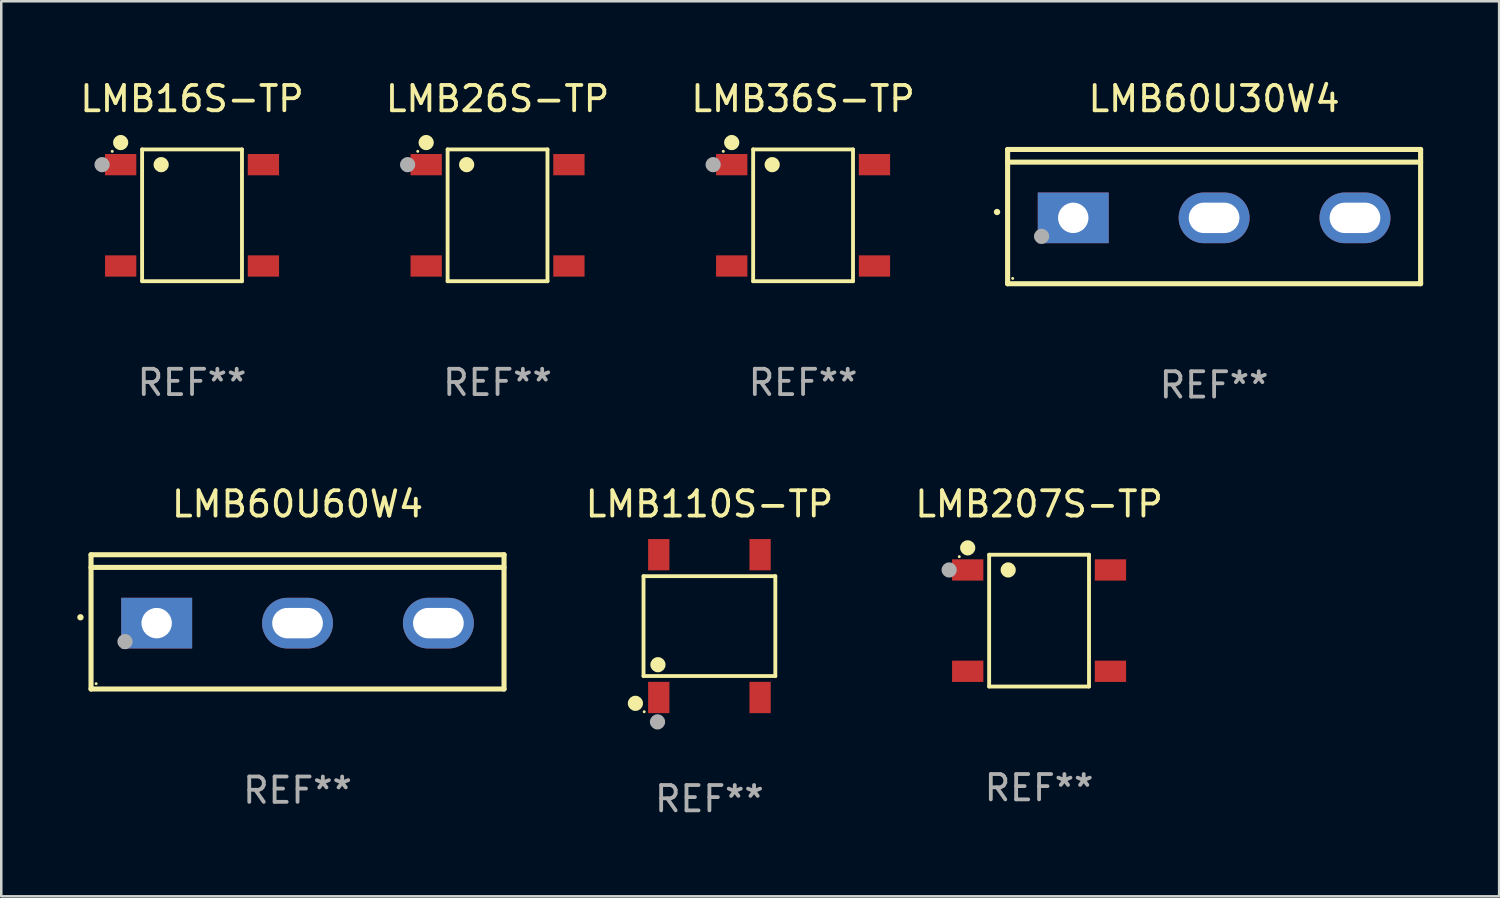
<source format=kicad_pcb>
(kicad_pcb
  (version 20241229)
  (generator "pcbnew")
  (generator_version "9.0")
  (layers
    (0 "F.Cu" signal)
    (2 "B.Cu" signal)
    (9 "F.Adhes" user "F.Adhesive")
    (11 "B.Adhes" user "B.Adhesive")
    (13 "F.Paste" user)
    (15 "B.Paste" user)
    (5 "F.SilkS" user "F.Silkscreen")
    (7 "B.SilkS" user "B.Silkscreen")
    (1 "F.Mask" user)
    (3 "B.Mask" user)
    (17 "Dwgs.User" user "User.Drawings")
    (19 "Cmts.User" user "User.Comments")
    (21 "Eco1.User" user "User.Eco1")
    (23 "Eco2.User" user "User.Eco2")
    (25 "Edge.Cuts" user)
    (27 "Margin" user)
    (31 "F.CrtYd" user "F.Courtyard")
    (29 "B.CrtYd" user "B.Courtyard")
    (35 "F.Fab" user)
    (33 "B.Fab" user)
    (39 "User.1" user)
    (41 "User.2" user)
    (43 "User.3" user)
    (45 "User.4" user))
  (footprint "LMB207S-TP"
    (layer "F.Cu")
    (at 37.964 21.447)
    (property "Reference" "LMB207S-TP" (at 0 -4.601 0) (layer "F.SilkS") (effects (font (size 1 1) (thickness 0.15))))
    (attr through_hole)
    (fp_line (start -1.971 -2.601) (end 1.971 -2.601) (stroke (width 0.152) (type solid)) (layer "F.SilkS"))
    (fp_line (start -1.971 2.601) (end -1.971 -2.601) (stroke (width 0.152) (type solid)) (layer "F.SilkS"))
    (fp_line (start 1.971 -2.601) (end 1.971 2.601) (stroke (width 0.152) (type solid)) (layer "F.SilkS"))
    (fp_line (start 1.971 2.601) (end -1.971 2.601) (stroke (width 0.152) (type solid)) (layer "F.SilkS"))
    (fp_circle (center -3.15 -2.525) (end -3.12 -2.525) (stroke (width 0.06) (type solid)) (fill no) (layer "F.SilkS"))
    (fp_circle (center -2.817 -2.872) (end -2.667 -2.872) (stroke (width 0.3) (type solid)) (fill no) (layer "F.SilkS"))
    (fp_circle (center -1.219 -2) (end -1.069 -2) (stroke (width 0.3) (type solid)) (fill no) (layer "F.SilkS"))
    (fp_circle (center -3.55 -2) (end -3.4 -2) (stroke (width 0.3) (type solid)) (fill no) (layer "F.Fab"))
    (fp_text user "REF**" (at 0 6.601 0) (layer "F.Fab") (effects (font (size 1 1) (thickness 0.15))))
    (pad "1" smd rect (at -2.817 -2) (size 1.235 0.84) (layers "F.Cu" "F.Mask" "F.Paste"))
    (pad "2" smd rect (at 2.817 -2) (size 1.235 0.84) (layers "F.Cu" "F.Mask" "F.Paste"))
    (pad "3" smd rect (at 2.817 2) (size 1.235 0.84) (layers "F.Cu" "F.Mask" "F.Paste"))
    (pad "4" smd rect (at -2.817 2) (size 1.235 0.84) (layers "F.Cu" "F.Mask" "F.Paste")))
  (footprint "LMB60U30W4"
    (layer "F.Cu")
    (at 44.873 5.499)
    (property "Reference" "LMB60U30W4" (at 0 -4.65 0) (layer "F.SilkS") (effects (font (size 1 1) (thickness 0.15))))
    (attr through_hole)
    (fp_line (start -8.151 -2.65) (end -8.151 2.65) (stroke (width 0.201) (type solid)) (layer "F.SilkS"))
    (fp_line (start 8.151 -2.65) (end -8.151 -2.65) (stroke (width 0.201) (type solid)) (layer "F.SilkS"))
    (fp_line (start 8.151 -2.15) (end -8.151 -2.15) (stroke (width 0.201) (type solid)) (layer "F.SilkS"))
    (fp_line (start 8.151 2.65) (end -8.151 2.65) (stroke (width 0.201) (type solid)) (layer "F.SilkS"))
    (fp_line (start 8.151 2.65) (end 8.151 -2.65) (stroke (width 0.201) (type solid)) (layer "F.SilkS"))
    (fp_arc (start -8.570003 -0.18048) (mid -8.568733 -0.180486) (end -8.567463 -0.18048) (stroke (width 0.24892) (type solid)) (layer "F.SilkS"))
    (fp_circle (center -7.95 2.44) (end -7.92 2.44) (stroke (width 0.06) (type solid)) (fill no) (layer "F.SilkS"))
    (fp_circle (center -6.81 0.78) (end -6.66 0.78) (stroke (width 0.3) (type solid)) (fill no) (layer "F.Fab"))
    (fp_text user "REF**" (at 0 6.65 0) (layer "F.Fab") (effects (font (size 1 1) (thickness 0.15))))
    (pad "1" thru_hole rect (at -5.56 0.05 90) (size 2 2.8) (drill 1.2) (layers "*.Cu" "*.Mask"))
    (pad "2" thru_hole oval (at 0 0.05 90) (size 2 2.8) (drill oval 1.2 2) (layers "*.Cu" "*.Mask"))
    (pad "3" thru_hole oval (at 5.56 0.05 90) (size 2 2.8) (drill oval 1.2 2) (layers "*.Cu" "*.Mask")))
  (footprint "LMB36S-TP"
    (layer "F.Cu")
    (at 28.649 5.449)
    (property "Reference" "LMB36S-TP" (at 0 -4.601 0) (layer "F.SilkS") (effects (font (size 1 1) (thickness 0.15))))
    (attr through_hole)
    (fp_line (start -1.971 -2.601) (end 1.971 -2.601) (stroke (width 0.152) (type solid)) (layer "F.SilkS"))
    (fp_line (start -1.971 2.601) (end -1.971 -2.601) (stroke (width 0.152) (type solid)) (layer "F.SilkS"))
    (fp_line (start 1.971 -2.601) (end 1.971 2.601) (stroke (width 0.152) (type solid)) (layer "F.SilkS"))
    (fp_line (start 1.971 2.601) (end -1.971 2.601) (stroke (width 0.152) (type solid)) (layer "F.SilkS"))
    (fp_circle (center -3.15 -2.525) (end -3.12 -2.525) (stroke (width 0.06) (type solid)) (fill no) (layer "F.SilkS"))
    (fp_circle (center -2.817 -2.872) (end -2.667 -2.872) (stroke (width 0.3) (type solid)) (fill no) (layer "F.SilkS"))
    (fp_circle (center -1.219 -2) (end -1.069 -2) (stroke (width 0.3) (type solid)) (fill no) (layer "F.SilkS"))
    (fp_circle (center -3.55 -2) (end -3.4 -2) (stroke (width 0.3) (type solid)) (fill no) (layer "F.Fab"))
    (fp_text user "REF**" (at 0 6.601 0) (layer "F.Fab") (effects (font (size 1 1) (thickness 0.15))))
    (pad "1" smd rect (at -2.817 -2) (size 1.235 0.84) (layers "F.Cu" "F.Mask" "F.Paste"))
    (pad "2" smd rect (at 2.817 -2) (size 1.235 0.84) (layers "F.Cu" "F.Mask" "F.Paste"))
    (pad "3" smd rect (at 2.817 2) (size 1.235 0.84) (layers "F.Cu" "F.Mask" "F.Paste"))
    (pad "4" smd rect (at -2.817 2) (size 1.235 0.84) (layers "F.Cu" "F.Mask" "F.Paste")))
  (footprint "LMB26S-TP"
    (layer "F.Cu")
    (at 16.589 5.449)
    (property "Reference" "LMB26S-TP" (at 0 -4.601 0) (layer "F.SilkS") (effects (font (size 1 1) (thickness 0.15))))
    (attr through_hole)
    (fp_line (start -1.971 -2.601) (end 1.971 -2.601) (stroke (width 0.152) (type solid)) (layer "F.SilkS"))
    (fp_line (start -1.971 2.601) (end -1.971 -2.601) (stroke (width 0.152) (type solid)) (layer "F.SilkS"))
    (fp_line (start 1.971 -2.601) (end 1.971 2.601) (stroke (width 0.152) (type solid)) (layer "F.SilkS"))
    (fp_line (start 1.971 2.601) (end -1.971 2.601) (stroke (width 0.152) (type solid)) (layer "F.SilkS"))
    (fp_circle (center -3.15 -2.525) (end -3.12 -2.525) (stroke (width 0.06) (type solid)) (fill no) (layer "F.SilkS"))
    (fp_circle (center -2.817 -2.872) (end -2.667 -2.872) (stroke (width 0.3) (type solid)) (fill no) (layer "F.SilkS"))
    (fp_circle (center -1.219 -2) (end -1.069 -2) (stroke (width 0.3) (type solid)) (fill no) (layer "F.SilkS"))
    (fp_circle (center -3.55 -2) (end -3.4 -2) (stroke (width 0.3) (type solid)) (fill no) (layer "F.Fab"))
    (fp_text user "REF**" (at 0 6.601 0) (layer "F.Fab") (effects (font (size 1 1) (thickness 0.15))))
    (pad "1" smd rect (at -2.817 -2) (size 1.235 0.84) (layers "F.Cu" "F.Mask" "F.Paste"))
    (pad "2" smd rect (at 2.817 -2) (size 1.235 0.84) (layers "F.Cu" "F.Mask" "F.Paste"))
    (pad "3" smd rect (at 2.817 2) (size 1.235 0.84) (layers "F.Cu" "F.Mask" "F.Paste"))
    (pad "4" smd rect (at -2.817 2) (size 1.235 0.84) (layers "F.Cu" "F.Mask" "F.Paste")))
  (footprint "LMB16S-TP"
    (layer "F.Cu")
    (at 4.53 5.449)
    (property "Reference" "LMB16S-TP" (at 0 -4.601 0) (layer "F.SilkS") (effects (font (size 1 1) (thickness 0.15))))
    (attr through_hole)
    (fp_line (start -1.971 -2.601) (end 1.971 -2.601) (stroke (width 0.152) (type solid)) (layer "F.SilkS"))
    (fp_line (start -1.971 2.601) (end -1.971 -2.601) (stroke (width 0.152) (type solid)) (layer "F.SilkS"))
    (fp_line (start 1.971 -2.601) (end 1.971 2.601) (stroke (width 0.152) (type solid)) (layer "F.SilkS"))
    (fp_line (start 1.971 2.601) (end -1.971 2.601) (stroke (width 0.152) (type solid)) (layer "F.SilkS"))
    (fp_circle (center -3.15 -2.525) (end -3.12 -2.525) (stroke (width 0.06) (type solid)) (fill no) (layer "F.SilkS"))
    (fp_circle (center -2.817 -2.872) (end -2.667 -2.872) (stroke (width 0.3) (type solid)) (fill no) (layer "F.SilkS"))
    (fp_circle (center -1.219 -2) (end -1.069 -2) (stroke (width 0.3) (type solid)) (fill no) (layer "F.SilkS"))
    (fp_circle (center -3.55 -2) (end -3.4 -2) (stroke (width 0.3) (type solid)) (fill no) (layer "F.Fab"))
    (fp_text user "REF**" (at 0 6.601 0) (layer "F.Fab") (effects (font (size 1 1) (thickness 0.15))))
    (pad "1" smd rect (at -2.817 -2) (size 1.235 0.84) (layers "F.Cu" "F.Mask" "F.Paste"))
    (pad "2" smd rect (at 2.817 -2) (size 1.235 0.84) (layers "F.Cu" "F.Mask" "F.Paste"))
    (pad "3" smd rect (at 2.817 2) (size 1.235 0.84) (layers "F.Cu" "F.Mask" "F.Paste"))
    (pad "4" smd rect (at -2.817 2) (size 1.235 0.84) (layers "F.Cu" "F.Mask" "F.Paste")))
  (footprint "LMB60U60W4"
    (layer "F.Cu")
    (at 8.694 21.496)
    (property "Reference" "LMB60U60W4" (at 0 -4.65 0) (layer "F.SilkS") (effects (font (size 1 1) (thickness 0.15))))
    (attr through_hole)
    (fp_line (start -8.151 -2.65) (end -8.151 2.65) (stroke (width 0.201) (type solid)) (layer "F.SilkS"))
    (fp_line (start 8.151 -2.65) (end -8.151 -2.65) (stroke (width 0.201) (type solid)) (layer "F.SilkS"))
    (fp_line (start 8.151 -2.15) (end -8.151 -2.15) (stroke (width 0.201) (type solid)) (layer "F.SilkS"))
    (fp_line (start 8.151 2.65) (end -8.151 2.65) (stroke (width 0.201) (type solid)) (layer "F.SilkS"))
    (fp_line (start 8.151 2.65) (end 8.151 -2.65) (stroke (width 0.201) (type solid)) (layer "F.SilkS"))
    (fp_arc (start -8.570003 -0.18048) (mid -8.568733 -0.180486) (end -8.567463 -0.18048) (stroke (width 0.24892) (type solid)) (layer "F.SilkS"))
    (fp_circle (center -7.95 2.44) (end -7.92 2.44) (stroke (width 0.06) (type solid)) (fill no) (layer "F.SilkS"))
    (fp_circle (center -6.81 0.78) (end -6.66 0.78) (stroke (width 0.3) (type solid)) (fill no) (layer "F.Fab"))
    (fp_text user "REF**" (at 0 6.65 0) (layer "F.Fab") (effects (font (size 1 1) (thickness 0.15))))
    (pad "1" thru_hole rect (at -5.56 0.05 90) (size 2 2.8) (drill 1.2) (layers "*.Cu" "*.Mask"))
    (pad "2" thru_hole oval (at 0 0.05 90) (size 2 2.8) (drill oval 1.2 2) (layers "*.Cu" "*.Mask"))
    (pad "3" thru_hole oval (at 5.56 0.05 90) (size 2 2.8) (drill oval 1.2 2) (layers "*.Cu" "*.Mask")))
  (footprint "LMB110S-TP"
    (layer "F.Cu")
    (at 24.952 21.663)
    (property "Reference" "LMB110S-TP" (at 0 -4.818 0) (layer "F.SilkS") (effects (font (size 1 1) (thickness 0.15))))
    (attr through_hole)
    (fp_line (start -2.601 -1.971) (end 2.601 -1.971) (stroke (width 0.152) (type solid)) (layer "F.SilkS"))
    (fp_line (start -2.601 1.971) (end -2.601 -1.971) (stroke (width 0.152) (type solid)) (layer "F.SilkS"))
    (fp_line (start 2.601 -1.971) (end 2.601 1.971) (stroke (width 0.152) (type solid)) (layer "F.SilkS"))
    (fp_line (start 2.601 1.971) (end -2.601 1.971) (stroke (width 0.152) (type solid)) (layer "F.SilkS"))
    (fp_circle (center -2.921 3.048) (end -2.771 3.048) (stroke (width 0.3) (type solid)) (fill no) (layer "F.SilkS"))
    (fp_circle (center -2.574 3.381) (end -2.544 3.381) (stroke (width 0.06) (type solid)) (fill no) (layer "F.SilkS"))
    (fp_circle (center -2.032 1.524) (end -1.882 1.524) (stroke (width 0.3) (type solid)) (fill no) (layer "F.SilkS"))
    (fp_circle (center -2.049 3.781) (end -1.898 3.781) (stroke (width 0.3) (type solid)) (fill no) (layer "F.Fab"))
    (fp_text user "REF**" (at 0 6.818 0) (layer "F.Fab") (effects (font (size 1 1) (thickness 0.15))))
    (pad "1" smd rect (at -2 2.818 270) (size 1.235 0.84) (layers "F.Cu" "F.Mask" "F.Paste"))
    (pad "2" smd rect (at -2 -2.818 270) (size 1.235 0.84) (layers "F.Cu" "F.Mask" "F.Paste"))
    (pad "3" smd rect (at 2 -2.818 270) (size 1.235 0.84) (layers "F.Cu" "F.Mask" "F.Paste"))
    (pad "4" smd rect (at 2 2.818 270) (size 1.235 0.84) (layers "F.Cu" "F.Mask" "F.Paste")))
  (gr_rect
    (start -3 -3)
    (end 56.124 32.329)
    (stroke (width 0.1) (type default))
    (fill no)
    (layer "Edge.Cuts")))
</source>
